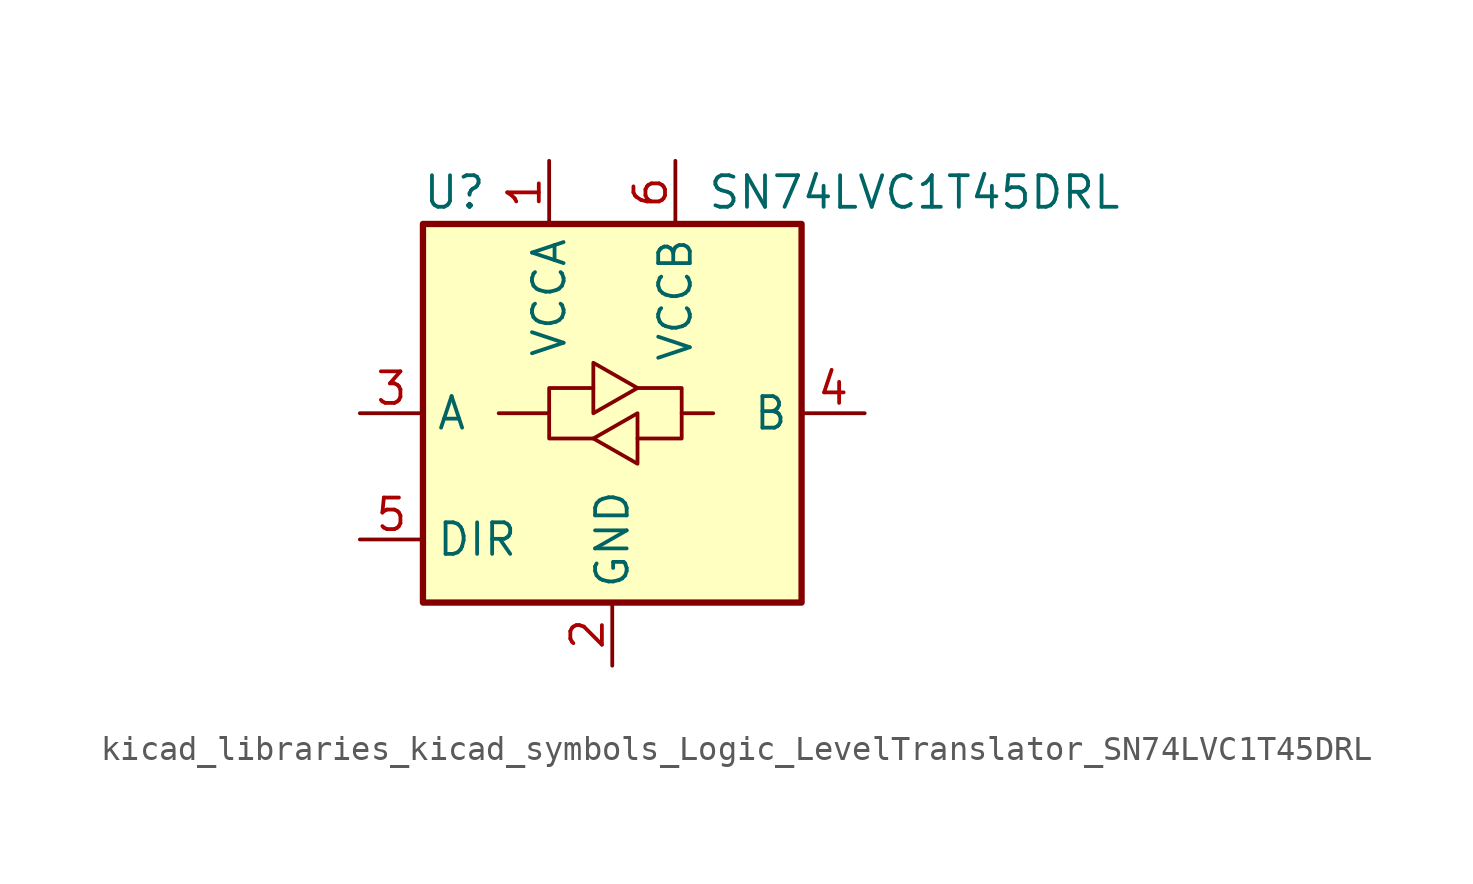
<source format=kicad_sym>
(kicad_symbol_lib
  (version 20220914)
  (generator kicad_symbol_editor)
  (symbol "kicad_libraries_kicad_symbols_Logic_LevelTranslator_SN74LVC1T45DRL"
    (property "Reference" "U"
      (at -6.35 8.89 0)
      (effects (font (size 1.27 1.27))))
    (property "Value" "SN74LVC1T45DRL"
      (at 3.81 8.89 0)
      (effects (font (size 1.27 1.27)) (justify left)))
    (symbol "kicad_libraries_kicad_symbols_Logic_LevelTranslator_SN74LVC1T45DRL_0_1"
      (rectangle (start -7.62 7.62) (end 7.62 -7.62) (stroke (width 0.254) (type default)) (fill (type background)))
      (polyline (pts (xy -2.54 0) (xy -2.54 1.016) (xy -0.762 1.016)) (stroke (width 0) (type default)) (fill (type none)))
      (polyline (pts (xy 2.794 0) (xy 2.794 -1.016) (xy 1.016 -1.016)) (stroke (width 0) (type default)) (fill (type none)))
      (polyline (pts (xy -0.762 -1.016) (xy -2.54 -1.016) (xy -2.54 0) (xy -4.572 0)) (stroke (width 0) (type default)) (fill (type none)))
      (polyline (pts (xy -0.762 0) (xy -0.762 2.032) (xy 1.016 1.016) (xy -0.762 0)) (stroke (width 0) (type default)) (fill (type none)))
      (polyline (pts (xy 1.016 1.016) (xy 2.794 1.016) (xy 2.794 0) (xy 4.064 0)) (stroke (width 0) (type default)) (fill (type none)))
      (polyline (pts (xy 1.016 0) (xy 1.016 -1.778) (xy 1.016 -2.032) (xy -0.762 -1.016) (xy 1.016 0)) (stroke (width 0) (type default)) (fill (type none))))
    (symbol "kicad_libraries_kicad_symbols_Logic_LevelTranslator_SN74LVC1T45DRL_1_1"
      (pin power_in line (at -2.54 10.16 270) (length 2.54) (name "VCCA" (effects (font (size 1.27 1.27)))) (number "1" (effects (font (size 1.27 1.27)))))
      (pin power_in line (at 0 -10.16 90) (length 2.54) (name "GND" (effects (font (size 1.27 1.27)))) (number "2" (effects (font (size 1.27 1.27)))))
      (pin bidirectional line (at -10.16 0 0) (length 2.54) (name "A" (effects (font (size 1.27 1.27)))) (number "3" (effects (font (size 1.27 1.27)))))
      (pin bidirectional line (at 10.16 0 180) (length 2.54) (name "B" (effects (font (size 1.27 1.27)))) (number "4" (effects (font (size 1.27 1.27)))))
      (pin input line (at -10.16 -5.08 0) (length 2.54) (name "DIR" (effects (font (size 1.27 1.27)))) (number "5" (effects (font (size 1.27 1.27)))))
      (pin power_in line (at 2.54 10.16 270) (length 2.54) (name "VCCB" (effects (font (size 1.27 1.27)))) (number "6" (effects (font (size 1.27 1.27))))))))
</source>
